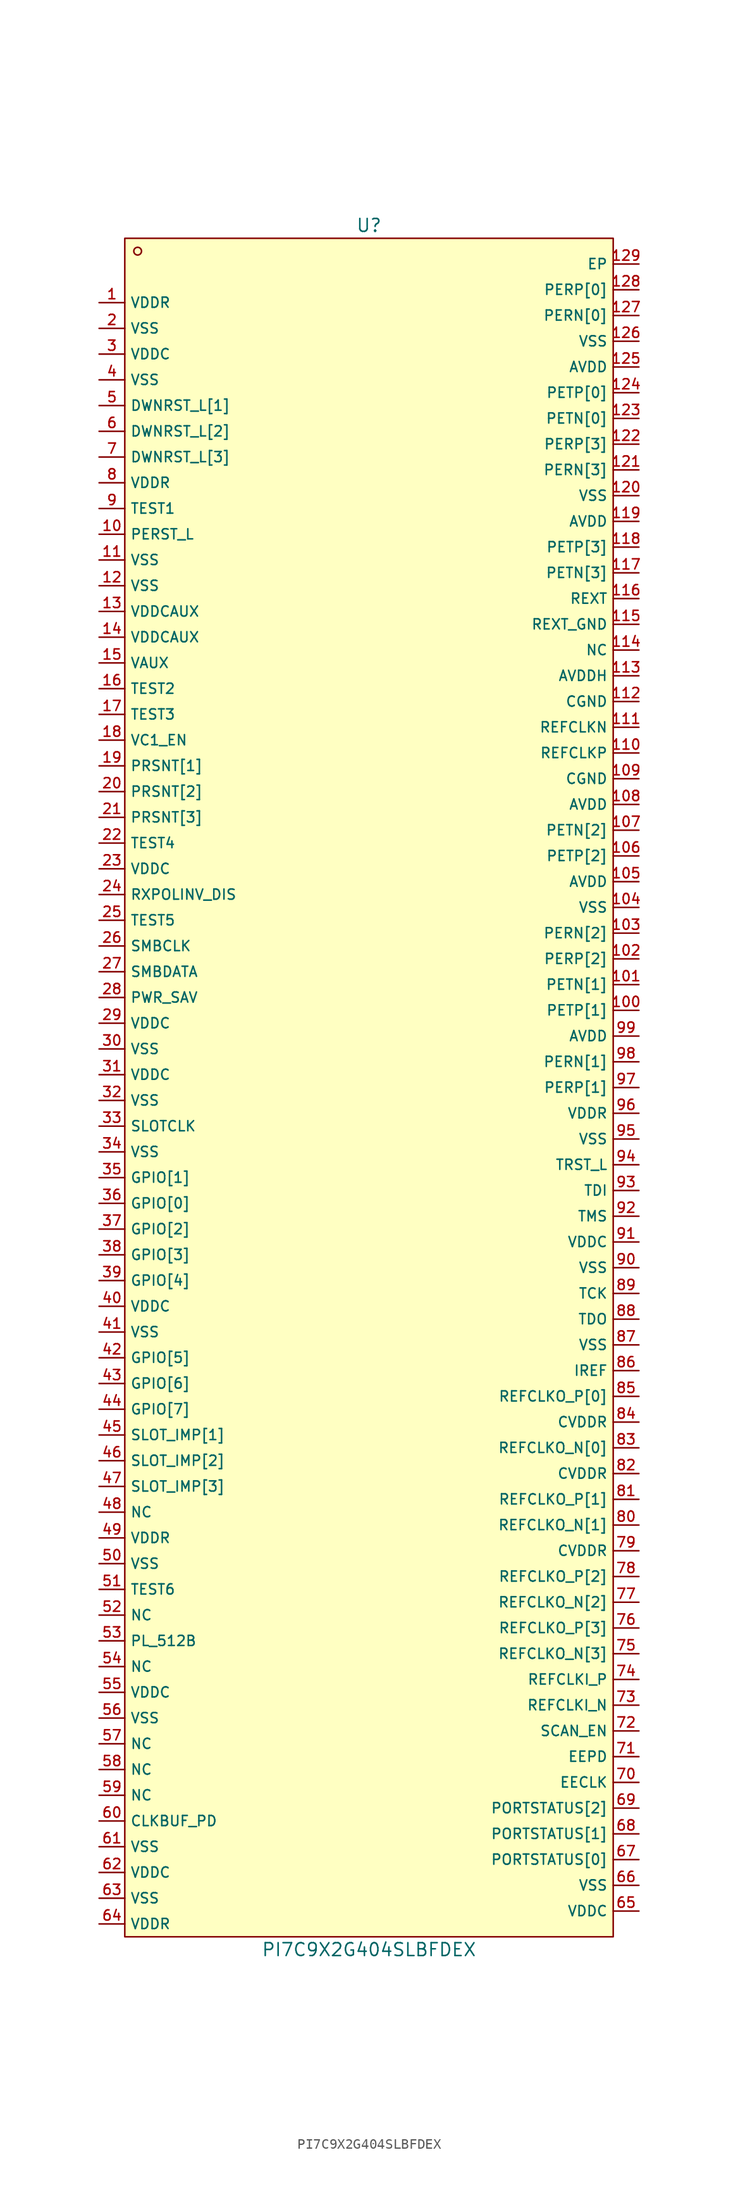
<source format=kicad_sym>
(kicad_symbol_lib
  (version 20220914)
  (generator kicad_symbol_editor)
  (symbol "PI7C9X2G404SLBFDEX"
    (property "Reference" "U"
      (at 0 85.09 0)
      (effects (font (size 1.27 1.27))))
    (property "Value" "PI7C9X2G404SLBFDEX"
      (at 0 -85.09 0)
      (effects (font (size 1.27 1.27))))
    (symbol "PI7C9X2G404SLBFDEX_0_1"
      (rectangle (start -24.13 83.82) (end 24.13 -83.82) (stroke (width 0) (type default)) (fill (type background)))
      (circle (center -22.86 82.55) (radius 0.381) (stroke (width 0) (type default)) (fill (type background)))
      (pin unspecified line (at -26.67 54.61 0) (length 2.54) (name "PERST_L" (effects (font (size 1 1)))) (number "10" (effects (font (size 1 1)))))
      (pin unspecified line (at 26.67 7.62 180) (length 2.54) (name "PETP[1]" (effects (font (size 1 1)))) (number "100" (effects (font (size 1 1)))))
      (pin unspecified line (at 26.67 10.16 180) (length 2.54) (name "PETN[1]" (effects (font (size 1 1)))) (number "101" (effects (font (size 1 1)))))
      (pin unspecified line (at 26.67 12.7 180) (length 2.54) (name "PERP[2]" (effects (font (size 1 1)))) (number "102" (effects (font (size 1 1)))))
      (pin unspecified line (at 26.67 15.24 180) (length 2.54) (name "PERN[2]" (effects (font (size 1 1)))) (number "103" (effects (font (size 1 1)))))
      (pin unspecified line (at 26.67 17.78 180) (length 2.54) (name "VSS" (effects (font (size 1 1)))) (number "104" (effects (font (size 1 1)))))
      (pin unspecified line (at 26.67 20.32 180) (length 2.54) (name "AVDD" (effects (font (size 1 1)))) (number "105" (effects (font (size 1 1)))))
      (pin unspecified line (at 26.67 22.86 180) (length 2.54) (name "PETP[2]" (effects (font (size 1 1)))) (number "106" (effects (font (size 1 1)))))
      (pin unspecified line (at 26.67 25.4 180) (length 2.54) (name "PETN[2]" (effects (font (size 1 1)))) (number "107" (effects (font (size 1 1)))))
      (pin unspecified line (at 26.67 27.94 180) (length 2.54) (name "AVDD" (effects (font (size 1 1)))) (number "108" (effects (font (size 1 1)))))
      (pin unspecified line (at 26.67 30.48 180) (length 2.54) (name "CGND" (effects (font (size 1 1)))) (number "109" (effects (font (size 1 1)))))
      (pin unspecified line (at -26.67 52.07 0) (length 2.54) (name "VSS" (effects (font (size 1 1)))) (number "11" (effects (font (size 1 1)))))
      (pin unspecified line (at 26.67 33.02 180) (length 2.54) (name "REFCLKP" (effects (font (size 1 1)))) (number "110" (effects (font (size 1 1)))))
      (pin unspecified line (at 26.67 35.56 180) (length 2.54) (name "REFCLKN" (effects (font (size 1 1)))) (number "111" (effects (font (size 1 1)))))
      (pin unspecified line (at 26.67 38.1 180) (length 2.54) (name "CGND" (effects (font (size 1 1)))) (number "112" (effects (font (size 1 1)))))
      (pin unspecified line (at 26.67 40.64 180) (length 2.54) (name "AVDDH" (effects (font (size 1 1)))) (number "113" (effects (font (size 1 1)))))
      (pin unspecified line (at 26.67 43.18 180) (length 2.54) (name "NC" (effects (font (size 1 1)))) (number "114" (effects (font (size 1 1)))))
      (pin unspecified line (at 26.67 45.72 180) (length 2.54) (name "REXT_GND" (effects (font (size 1 1)))) (number "115" (effects (font (size 1 1)))))
      (pin unspecified line (at 26.67 48.26 180) (length 2.54) (name "REXT" (effects (font (size 1 1)))) (number "116" (effects (font (size 1 1)))))
      (pin unspecified line (at 26.67 50.8 180) (length 2.54) (name "PETN[3]" (effects (font (size 1 1)))) (number "117" (effects (font (size 1 1)))))
      (pin unspecified line (at 26.67 53.34 180) (length 2.54) (name "PETP[3]" (effects (font (size 1 1)))) (number "118" (effects (font (size 1 1)))))
      (pin unspecified line (at 26.67 55.88 180) (length 2.54) (name "AVDD" (effects (font (size 1 1)))) (number "119" (effects (font (size 1 1)))))
      (pin unspecified line (at -26.67 49.53 0) (length 2.54) (name "VSS" (effects (font (size 1 1)))) (number "12" (effects (font (size 1 1)))))
      (pin unspecified line (at 26.67 58.42 180) (length 2.54) (name "VSS" (effects (font (size 1 1)))) (number "120" (effects (font (size 1 1)))))
      (pin unspecified line (at 26.67 60.96 180) (length 2.54) (name "PERN[3]" (effects (font (size 1 1)))) (number "121" (effects (font (size 1 1)))))
      (pin unspecified line (at 26.67 63.5 180) (length 2.54) (name "PERP[3]" (effects (font (size 1 1)))) (number "122" (effects (font (size 1 1)))))
      (pin unspecified line (at 26.67 66.04 180) (length 2.54) (name "PETN[0]" (effects (font (size 1 1)))) (number "123" (effects (font (size 1 1)))))
      (pin unspecified line (at 26.67 68.58 180) (length 2.54) (name "PETP[0]" (effects (font (size 1 1)))) (number "124" (effects (font (size 1 1)))))
      (pin unspecified line (at 26.67 71.12 180) (length 2.54) (name "AVDD" (effects (font (size 1 1)))) (number "125" (effects (font (size 1 1)))))
      (pin unspecified line (at 26.67 73.66 180) (length 2.54) (name "VSS" (effects (font (size 1 1)))) (number "126" (effects (font (size 1 1)))))
      (pin unspecified line (at 26.67 76.2 180) (length 2.54) (name "PERN[0]" (effects (font (size 1 1)))) (number "127" (effects (font (size 1 1)))))
      (pin unspecified line (at 26.67 78.74 180) (length 2.54) (name "PERP[0]" (effects (font (size 1 1)))) (number "128" (effects (font (size 1 1)))))
      (pin unspecified line (at 26.67 81.28 180) (length 2.54) (name "EP" (effects (font (size 1 1)))) (number "129" (effects (font (size 1 1)))))
      (pin unspecified line (at -26.67 46.99 0) (length 2.54) (name "VDDCAUX" (effects (font (size 1 1)))) (number "13" (effects (font (size 1 1)))))
      (pin unspecified line (at -26.67 44.45 0) (length 2.54) (name "VDDCAUX" (effects (font (size 1 1)))) (number "14" (effects (font (size 1 1)))))
      (pin unspecified line (at -26.67 41.91 0) (length 2.54) (name "VAUX" (effects (font (size 1 1)))) (number "15" (effects (font (size 1 1)))))
      (pin unspecified line (at -26.67 39.37 0) (length 2.54) (name "TEST2" (effects (font (size 1 1)))) (number "16" (effects (font (size 1 1)))))
      (pin unspecified line (at -26.67 36.83 0) (length 2.54) (name "TEST3" (effects (font (size 1 1)))) (number "17" (effects (font (size 1 1)))))
      (pin unspecified line (at -26.67 34.29 0) (length 2.54) (name "VC1_EN" (effects (font (size 1 1)))) (number "18" (effects (font (size 1 1)))))
      (pin unspecified line (at -26.67 31.75 0) (length 2.54) (name "PRSNT[1]" (effects (font (size 1 1)))) (number "19" (effects (font (size 1 1)))))
      (pin unspecified line (at -26.67 74.93 0) (length 2.54) (name "VSS" (effects (font (size 1 1)))) (number "2" (effects (font (size 1 1)))))
      (pin unspecified line (at -26.67 29.21 0) (length 2.54) (name "PRSNT[2]" (effects (font (size 1 1)))) (number "20" (effects (font (size 1 1)))))
      (pin unspecified line (at -26.67 26.67 0) (length 2.54) (name "PRSNT[3]" (effects (font (size 1 1)))) (number "21" (effects (font (size 1 1)))))
      (pin unspecified line (at -26.67 24.13 0) (length 2.54) (name "TEST4" (effects (font (size 1 1)))) (number "22" (effects (font (size 1 1)))))
      (pin unspecified line (at -26.67 21.59 0) (length 2.54) (name "VDDC" (effects (font (size 1 1)))) (number "23" (effects (font (size 1 1)))))
      (pin unspecified line (at -26.67 19.05 0) (length 2.54) (name "RXPOLINV_DIS" (effects (font (size 1 1)))) (number "24" (effects (font (size 1 1)))))
      (pin unspecified line (at -26.67 16.51 0) (length 2.54) (name "TEST5" (effects (font (size 1 1)))) (number "25" (effects (font (size 1 1)))))
      (pin unspecified line (at -26.67 13.97 0) (length 2.54) (name "SMBCLK" (effects (font (size 1 1)))) (number "26" (effects (font (size 1 1)))))
      (pin unspecified line (at -26.67 11.43 0) (length 2.54) (name "SMBDATA" (effects (font (size 1 1)))) (number "27" (effects (font (size 1 1)))))
      (pin unspecified line (at -26.67 8.89 0) (length 2.54) (name "PWR_SAV" (effects (font (size 1 1)))) (number "28" (effects (font (size 1 1)))))
      (pin unspecified line (at -26.67 6.35 0) (length 2.54) (name "VDDC" (effects (font (size 1 1)))) (number "29" (effects (font (size 1 1)))))
      (pin unspecified line (at -26.67 72.39 0) (length 2.54) (name "VDDC" (effects (font (size 1 1)))) (number "3" (effects (font (size 1 1)))))
      (pin unspecified line (at -26.67 3.81 0) (length 2.54) (name "VSS" (effects (font (size 1 1)))) (number "30" (effects (font (size 1 1)))))
      (pin unspecified line (at -26.67 1.27 0) (length 2.54) (name "VDDC" (effects (font (size 1 1)))) (number "31" (effects (font (size 1 1)))))
      (pin unspecified line (at -26.67 -1.27 0) (length 2.54) (name "VSS" (effects (font (size 1 1)))) (number "32" (effects (font (size 1 1)))))
      (pin unspecified line (at -26.67 -3.81 0) (length 2.54) (name "SLOTCLK" (effects (font (size 1 1)))) (number "33" (effects (font (size 1 1)))))
      (pin unspecified line (at -26.67 -6.35 0) (length 2.54) (name "VSS" (effects (font (size 1 1)))) (number "34" (effects (font (size 1 1)))))
      (pin unspecified line (at -26.67 -8.89 0) (length 2.54) (name "GPIO[1]" (effects (font (size 1 1)))) (number "35" (effects (font (size 1 1)))))
      (pin unspecified line (at -26.67 -11.43 0) (length 2.54) (name "GPIO[0]" (effects (font (size 1 1)))) (number "36" (effects (font (size 1 1)))))
      (pin unspecified line (at -26.67 -13.97 0) (length 2.54) (name "GPIO[2]" (effects (font (size 1 1)))) (number "37" (effects (font (size 1 1)))))
      (pin unspecified line (at -26.67 -16.51 0) (length 2.54) (name "GPIO[3]" (effects (font (size 1 1)))) (number "38" (effects (font (size 1 1)))))
      (pin unspecified line (at -26.67 -19.05 0) (length 2.54) (name "GPIO[4]" (effects (font (size 1 1)))) (number "39" (effects (font (size 1 1)))))
      (pin unspecified line (at -26.67 69.85 0) (length 2.54) (name "VSS" (effects (font (size 1 1)))) (number "4" (effects (font (size 1 1)))))
      (pin unspecified line (at -26.67 -21.59 0) (length 2.54) (name "VDDC" (effects (font (size 1 1)))) (number "40" (effects (font (size 1 1)))))
      (pin unspecified line (at -26.67 -24.13 0) (length 2.54) (name "VSS" (effects (font (size 1 1)))) (number "41" (effects (font (size 1 1)))))
      (pin unspecified line (at -26.67 -26.67 0) (length 2.54) (name "GPIO[5]" (effects (font (size 1 1)))) (number "42" (effects (font (size 1 1)))))
      (pin unspecified line (at -26.67 -29.21 0) (length 2.54) (name "GPIO[6]" (effects (font (size 1 1)))) (number "43" (effects (font (size 1 1)))))
      (pin unspecified line (at -26.67 -31.75 0) (length 2.54) (name "GPIO[7]" (effects (font (size 1 1)))) (number "44" (effects (font (size 1 1)))))
      (pin unspecified line (at -26.67 -34.29 0) (length 2.54) (name "SLOT_IMP[1]" (effects (font (size 1 1)))) (number "45" (effects (font (size 1 1)))))
      (pin unspecified line (at -26.67 -36.83 0) (length 2.54) (name "SLOT_IMP[2]" (effects (font (size 1 1)))) (number "46" (effects (font (size 1 1)))))
      (pin unspecified line (at -26.67 -39.37 0) (length 2.54) (name "SLOT_IMP[3]" (effects (font (size 1 1)))) (number "47" (effects (font (size 1 1)))))
      (pin unspecified line (at -26.67 -41.91 0) (length 2.54) (name "NC" (effects (font (size 1 1)))) (number "48" (effects (font (size 1 1)))))
      (pin unspecified line (at -26.67 -44.45 0) (length 2.54) (name "VDDR" (effects (font (size 1 1)))) (number "49" (effects (font (size 1 1)))))
      (pin unspecified line (at -26.67 67.31 0) (length 2.54) (name "DWNRST_L[1]" (effects (font (size 1 1)))) (number "5" (effects (font (size 1 1)))))
      (pin unspecified line (at -26.67 -46.99 0) (length 2.54) (name "VSS" (effects (font (size 1 1)))) (number "50" (effects (font (size 1 1)))))
      (pin unspecified line (at -26.67 -49.53 0) (length 2.54) (name "TEST6" (effects (font (size 1 1)))) (number "51" (effects (font (size 1 1)))))
      (pin unspecified line (at -26.67 -52.07 0) (length 2.54) (name "NC" (effects (font (size 1 1)))) (number "52" (effects (font (size 1 1)))))
      (pin unspecified line (at -26.67 -54.61 0) (length 2.54) (name "PL_512B" (effects (font (size 1 1)))) (number "53" (effects (font (size 1 1)))))
      (pin unspecified line (at -26.67 -57.15 0) (length 2.54) (name "NC" (effects (font (size 1 1)))) (number "54" (effects (font (size 1 1)))))
      (pin unspecified line (at -26.67 -59.69 0) (length 2.54) (name "VDDC" (effects (font (size 1 1)))) (number "55" (effects (font (size 1 1)))))
      (pin unspecified line (at -26.67 -62.23 0) (length 2.54) (name "VSS" (effects (font (size 1 1)))) (number "56" (effects (font (size 1 1)))))
      (pin unspecified line (at -26.67 -64.77 0) (length 2.54) (name "NC" (effects (font (size 1 1)))) (number "57" (effects (font (size 1 1)))))
      (pin unspecified line (at -26.67 -67.31 0) (length 2.54) (name "NC" (effects (font (size 1 1)))) (number "58" (effects (font (size 1 1)))))
      (pin unspecified line (at -26.67 -69.85 0) (length 2.54) (name "NC" (effects (font (size 1 1)))) (number "59" (effects (font (size 1 1)))))
      (pin unspecified line (at -26.67 64.77 0) (length 2.54) (name "DWNRST_L[2]" (effects (font (size 1 1)))) (number "6" (effects (font (size 1 1)))))
      (pin unspecified line (at -26.67 -72.39 0) (length 2.54) (name "CLKBUF_PD" (effects (font (size 1 1)))) (number "60" (effects (font (size 1 1)))))
      (pin unspecified line (at -26.67 -74.93 0) (length 2.54) (name "VSS" (effects (font (size 1 1)))) (number "61" (effects (font (size 1 1)))))
      (pin unspecified line (at -26.67 -77.47 0) (length 2.54) (name "VDDC" (effects (font (size 1 1)))) (number "62" (effects (font (size 1 1)))))
      (pin unspecified line (at -26.67 -80.01 0) (length 2.54) (name "VSS" (effects (font (size 1 1)))) (number "63" (effects (font (size 1 1)))))
      (pin unspecified line (at -26.67 -82.55 0) (length 2.54) (name "VDDR" (effects (font (size 1 1)))) (number "64" (effects (font (size 1 1)))))
      (pin unspecified line (at 26.67 -81.28 180) (length 2.54) (name "VDDC" (effects (font (size 1 1)))) (number "65" (effects (font (size 1 1)))))
      (pin unspecified line (at 26.67 -78.74 180) (length 2.54) (name "VSS" (effects (font (size 1 1)))) (number "66" (effects (font (size 1 1)))))
      (pin unspecified line (at 26.67 -76.2 180) (length 2.54) (name "PORTSTATUS[0]" (effects (font (size 1 1)))) (number "67" (effects (font (size 1 1)))))
      (pin unspecified line (at 26.67 -73.66 180) (length 2.54) (name "PORTSTATUS[1]" (effects (font (size 1 1)))) (number "68" (effects (font (size 1 1)))))
      (pin unspecified line (at 26.67 -71.12 180) (length 2.54) (name "PORTSTATUS[2]" (effects (font (size 1 1)))) (number "69" (effects (font (size 1 1)))))
      (pin unspecified line (at -26.67 62.23 0) (length 2.54) (name "DWNRST_L[3]" (effects (font (size 1 1)))) (number "7" (effects (font (size 1 1)))))
      (pin unspecified line (at 26.67 -68.58 180) (length 2.54) (name "EECLK" (effects (font (size 1 1)))) (number "70" (effects (font (size 1 1)))))
      (pin unspecified line (at 26.67 -66.04 180) (length 2.54) (name "EEPD" (effects (font (size 1 1)))) (number "71" (effects (font (size 1 1)))))
      (pin unspecified line (at 26.67 -63.5 180) (length 2.54) (name "SCAN_EN" (effects (font (size 1 1)))) (number "72" (effects (font (size 1 1)))))
      (pin unspecified line (at 26.67 -60.96 180) (length 2.54) (name "REFCLKI_N" (effects (font (size 1 1)))) (number "73" (effects (font (size 1 1)))))
      (pin unspecified line (at 26.67 -58.42 180) (length 2.54) (name "REFCLKI_P" (effects (font (size 1 1)))) (number "74" (effects (font (size 1 1)))))
      (pin unspecified line (at 26.67 -55.88 180) (length 2.54) (name "REFCLKO_N[3]" (effects (font (size 1 1)))) (number "75" (effects (font (size 1 1)))))
      (pin unspecified line (at 26.67 -53.34 180) (length 2.54) (name "REFCLKO_P[3]" (effects (font (size 1 1)))) (number "76" (effects (font (size 1 1)))))
      (pin unspecified line (at 26.67 -50.8 180) (length 2.54) (name "REFCLKO_N[2]" (effects (font (size 1 1)))) (number "77" (effects (font (size 1 1)))))
      (pin unspecified line (at 26.67 -48.26 180) (length 2.54) (name "REFCLKO_P[2]" (effects (font (size 1 1)))) (number "78" (effects (font (size 1 1)))))
      (pin unspecified line (at 26.67 -45.72 180) (length 2.54) (name "CVDDR" (effects (font (size 1 1)))) (number "79" (effects (font (size 1 1)))))
      (pin unspecified line (at -26.67 59.69 0) (length 2.54) (name "VDDR" (effects (font (size 1 1)))) (number "8" (effects (font (size 1 1)))))
      (pin unspecified line (at 26.67 -43.18 180) (length 2.54) (name "REFCLKO_N[1]" (effects (font (size 1 1)))) (number "80" (effects (font (size 1 1)))))
      (pin unspecified line (at 26.67 -40.64 180) (length 2.54) (name "REFCLKO_P[1]" (effects (font (size 1 1)))) (number "81" (effects (font (size 1 1)))))
      (pin unspecified line (at 26.67 -38.1 180) (length 2.54) (name "CVDDR" (effects (font (size 1 1)))) (number "82" (effects (font (size 1 1)))))
      (pin unspecified line (at 26.67 -35.56 180) (length 2.54) (name "REFCLKO_N[0]" (effects (font (size 1 1)))) (number "83" (effects (font (size 1 1)))))
      (pin unspecified line (at 26.67 -33.02 180) (length 2.54) (name "CVDDR" (effects (font (size 1 1)))) (number "84" (effects (font (size 1 1)))))
      (pin unspecified line (at 26.67 -30.48 180) (length 2.54) (name "REFCLKO_P[0]" (effects (font (size 1 1)))) (number "85" (effects (font (size 1 1)))))
      (pin unspecified line (at 26.67 -27.94 180) (length 2.54) (name "IREF" (effects (font (size 1 1)))) (number "86" (effects (font (size 1 1)))))
      (pin unspecified line (at 26.67 -25.4 180) (length 2.54) (name "VSS" (effects (font (size 1 1)))) (number "87" (effects (font (size 1 1)))))
      (pin unspecified line (at 26.67 -22.86 180) (length 2.54) (name "TDO" (effects (font (size 1 1)))) (number "88" (effects (font (size 1 1)))))
      (pin unspecified line (at 26.67 -20.32 180) (length 2.54) (name "TCK" (effects (font (size 1 1)))) (number "89" (effects (font (size 1 1)))))
      (pin unspecified line (at -26.67 57.15 0) (length 2.54) (name "TEST1" (effects (font (size 1 1)))) (number "9" (effects (font (size 1 1)))))
      (pin unspecified line (at 26.67 -17.78 180) (length 2.54) (name "VSS" (effects (font (size 1 1)))) (number "90" (effects (font (size 1 1)))))
      (pin unspecified line (at 26.67 -15.24 180) (length 2.54) (name "VDDC" (effects (font (size 1 1)))) (number "91" (effects (font (size 1 1)))))
      (pin unspecified line (at 26.67 -12.7 180) (length 2.54) (name "TMS" (effects (font (size 1 1)))) (number "92" (effects (font (size 1 1)))))
      (pin unspecified line (at 26.67 -10.16 180) (length 2.54) (name "TDI" (effects (font (size 1 1)))) (number "93" (effects (font (size 1 1)))))
      (pin unspecified line (at 26.67 -7.62 180) (length 2.54) (name "TRST_L" (effects (font (size 1 1)))) (number "94" (effects (font (size 1 1)))))
      (pin unspecified line (at 26.67 -5.08 180) (length 2.54) (name "VSS" (effects (font (size 1 1)))) (number "95" (effects (font (size 1 1)))))
      (pin unspecified line (at 26.67 -2.54 180) (length 2.54) (name "VDDR" (effects (font (size 1 1)))) (number "96" (effects (font (size 1 1)))))
      (pin unspecified line (at 26.67 0 180) (length 2.54) (name "PERP[1]" (effects (font (size 1 1)))) (number "97" (effects (font (size 1 1)))))
      (pin unspecified line (at 26.67 2.54 180) (length 2.54) (name "PERN[1]" (effects (font (size 1 1)))) (number "98" (effects (font (size 1 1)))))
      (pin unspecified line (at 26.67 5.08 180) (length 2.54) (name "AVDD" (effects (font (size 1 1)))) (number "99" (effects (font (size 1 1))))))
    (symbol "PI7C9X2G404SLBFDEX_1_1"
      (pin unspecified line (at -26.67 77.47 0) (length 2.54) (name "VDDR" (effects (font (size 1 1)))) (number "1" (effects (font (size 1 1))))))))
</source>
